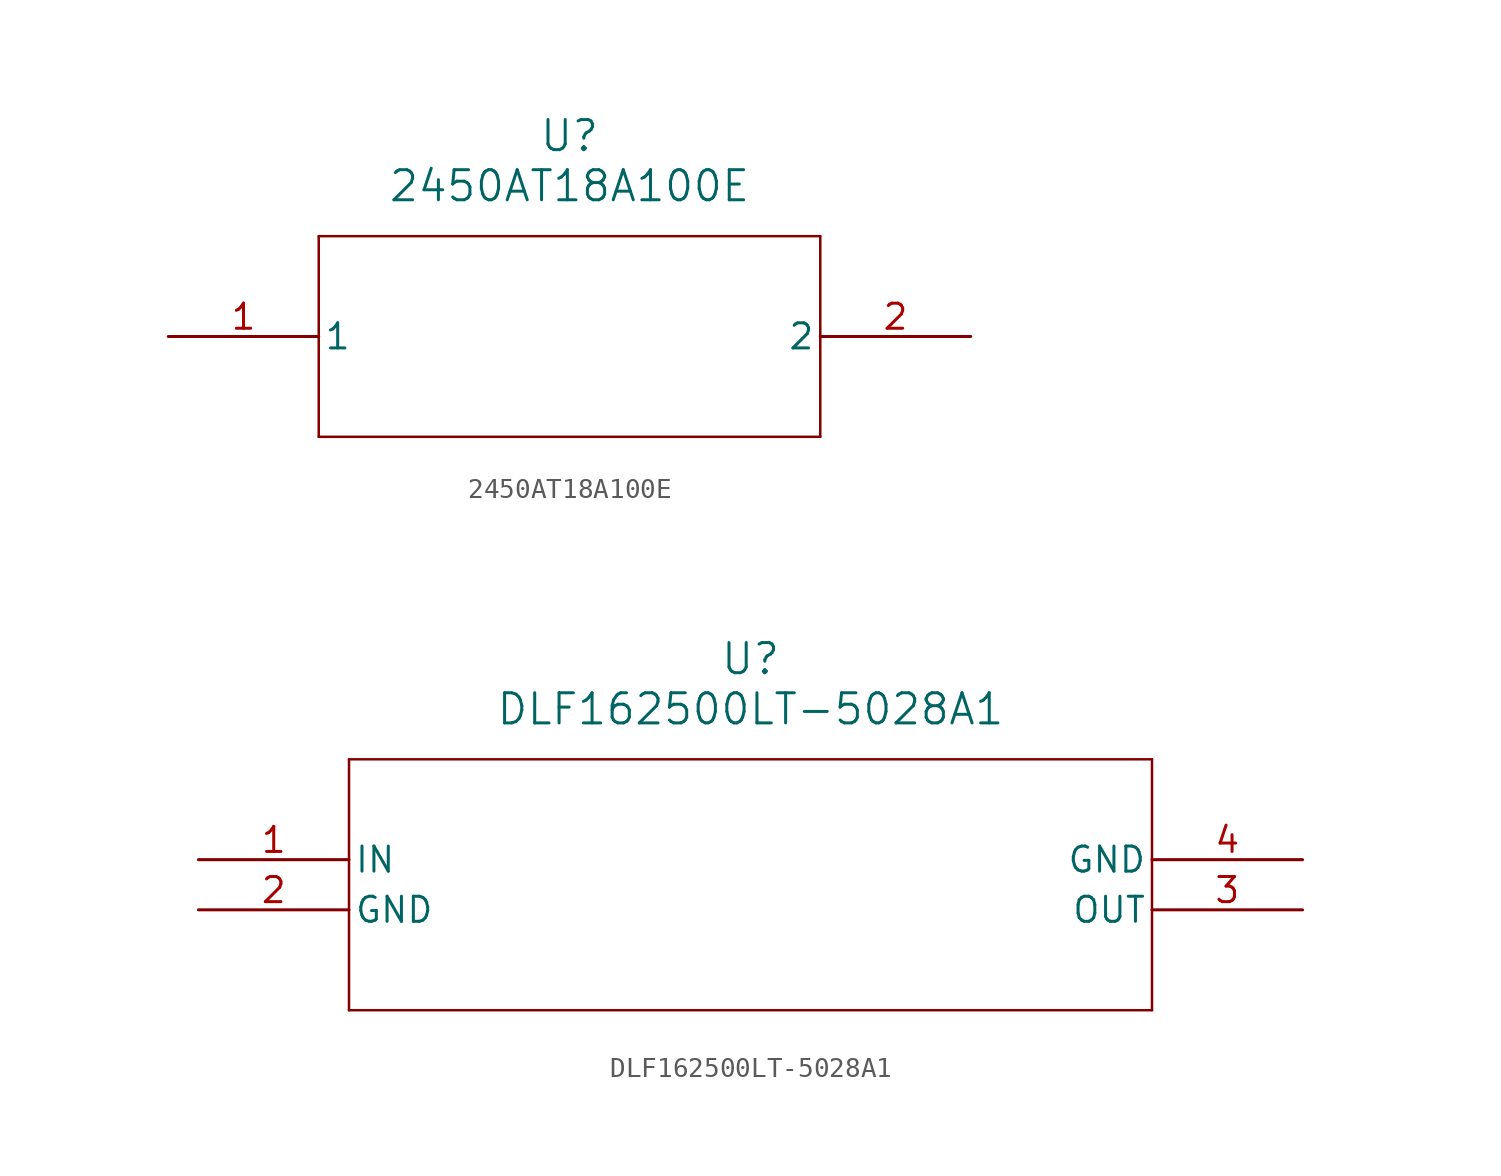
<source format=kicad_sym>
(kicad_symbol_lib
  (version 20231120)
  (generator "kicad_symbol_editor")
  (generator_version "8.0")
  (symbol "2450AT18A100E"
    (pin_names
      (offset 0.254))
    (property "Reference" "U"
      (at 20.32 10.16 0)
      (effects (font (size 1.524 1.524))))
    (property "Value" "2450AT18A100E"
      (at 20.32 7.62 0)
      (effects (font (size 1.524 1.524))))
    (property "ki_locked" ""
      (at 0 0 0)
      (effects (font (size 1.27 1.27))))
    (symbol "2450AT18A100E_1_1"
      (polyline (pts (xy 7.62 -5.08) (xy 33.02 -5.08)) (stroke (width 0.127) (type default)) (fill (type none)))
      (polyline (pts (xy 7.62 5.08) (xy 7.62 -5.08)) (stroke (width 0.127) (type default)) (fill (type none)))
      (polyline (pts (xy 33.02 -5.08) (xy 33.02 5.08)) (stroke (width 0.127) (type default)) (fill (type none)))
      (polyline (pts (xy 33.02 5.08) (xy 7.62 5.08)) (stroke (width 0.127) (type default)) (fill (type none)))
      (pin unspecified line (at 0 0 0) (length 7.62) (name "1" (effects (font (size 1.27 1.27)))) (number "1" (effects (font (size 1.27 1.27)))))
      (pin unspecified line (at 40.64 0 180) (length 7.62) (name "2" (effects (font (size 1.27 1.27)))) (number "2" (effects (font (size 1.27 1.27)))))))
  (symbol "DLF162500LT-5028A1"
    (pin_names
      (offset 0.254))
    (property "Reference" "U"
      (at 27.94 10.16 0)
      (effects (font (size 1.524 1.524))))
    (property "Value" "DLF162500LT-5028A1"
      (at 27.94 7.62 0)
      (effects (font (size 1.524 1.524))))
    (property "ki_locked" ""
      (at 0 0 0)
      (effects (font (size 1.27 1.27))))
    (symbol "DLF162500LT-5028A1_1_1"
      (polyline (pts (xy 7.62 -7.62) (xy 48.26 -7.62)) (stroke (width 0.127) (type default)) (fill (type none)))
      (polyline (pts (xy 7.62 5.08) (xy 7.62 -7.62)) (stroke (width 0.127) (type default)) (fill (type none)))
      (polyline (pts (xy 48.26 -7.62) (xy 48.26 5.08)) (stroke (width 0.127) (type default)) (fill (type none)))
      (polyline (pts (xy 48.26 5.08) (xy 7.62 5.08)) (stroke (width 0.127) (type default)) (fill (type none)))
      (pin input line (at 0 0 0) (length 7.62) (name "IN" (effects (font (size 1.27 1.27)))) (number "1" (effects (font (size 1.27 1.27)))))
      (pin power_in line (at 0 -2.54 0) (length 7.62) (name "GND" (effects (font (size 1.27 1.27)))) (number "2" (effects (font (size 1.27 1.27)))))
      (pin output line (at 55.88 -2.54 180) (length 7.62) (name "OUT" (effects (font (size 1.27 1.27)))) (number "3" (effects (font (size 1.27 1.27)))))
      (pin power_in line (at 55.88 0 180) (length 7.62) (name "GND" (effects (font (size 1.27 1.27)))) (number "4" (effects (font (size 1.27 1.27))))))))
</source>
